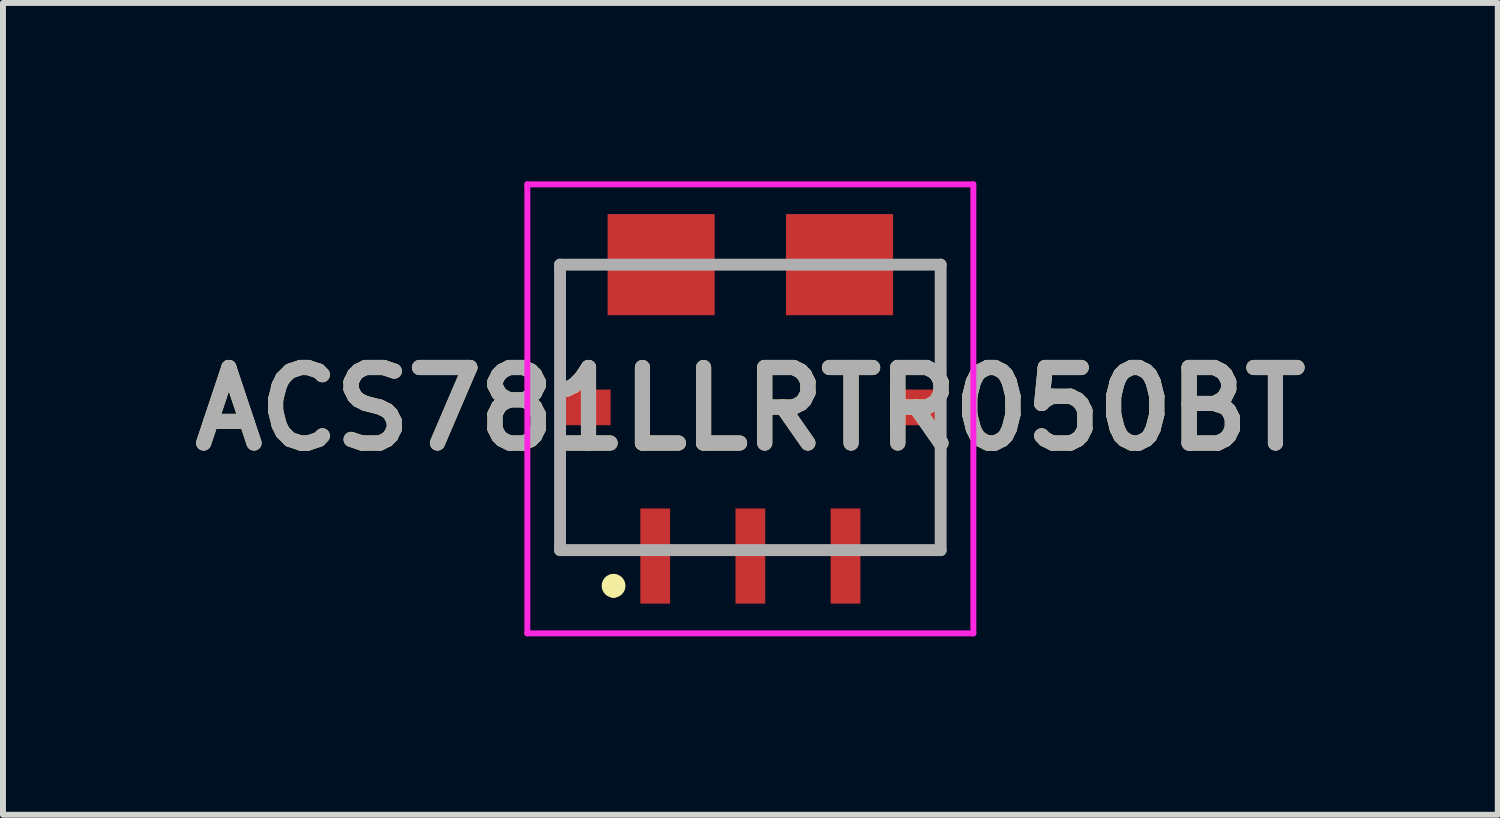
<source format=kicad_pcb>
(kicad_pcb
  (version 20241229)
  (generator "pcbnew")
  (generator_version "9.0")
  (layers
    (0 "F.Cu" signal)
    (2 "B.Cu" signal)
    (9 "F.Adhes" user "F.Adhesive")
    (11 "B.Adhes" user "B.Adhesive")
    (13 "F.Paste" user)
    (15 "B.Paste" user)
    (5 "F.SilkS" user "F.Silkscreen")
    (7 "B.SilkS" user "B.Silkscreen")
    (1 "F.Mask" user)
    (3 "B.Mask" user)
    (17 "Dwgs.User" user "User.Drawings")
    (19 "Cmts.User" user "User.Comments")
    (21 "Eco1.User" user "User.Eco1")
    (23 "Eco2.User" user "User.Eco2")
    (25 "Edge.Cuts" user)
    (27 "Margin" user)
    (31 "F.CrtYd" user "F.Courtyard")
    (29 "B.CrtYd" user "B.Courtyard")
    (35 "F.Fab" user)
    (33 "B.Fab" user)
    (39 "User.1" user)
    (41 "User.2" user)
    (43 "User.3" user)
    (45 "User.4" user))
  (footprint "ACS781LLRTR050BT"
    (layer "F.Cu")
    (at 9.567 3.8)
    (property "Reference" "ACS781LLRTR050BT" (at 0 0.025 0) (layer "F.SilkS") (effects (font (size 1.27 1.27) (thickness 0.254))))
    (attr smd)
    (fp_line (start -3.2 -2.4) (end -3.2 -1) (stroke (width 0.1) (type solid)) (layer "F.SilkS"))
    (fp_line (start -3.2 2.4) (end -3.2 1) (stroke (width 0.1) (type solid)) (layer "F.SilkS"))
    (fp_line (start -3 -2.4) (end -3.2 -2.4) (stroke (width 0.1) (type solid)) (layer "F.SilkS"))
    (fp_line (start -2.5 2.4) (end -3.2 2.4) (stroke (width 0.1) (type solid)) (layer "F.SilkS"))
    (fp_line (start -2.3 2.9) (end -2.3 2.9) (stroke (width 0.2) (type solid)) (layer "F.SilkS"))
    (fp_line (start -2.3 3.1) (end -2.3 3.1) (stroke (width 0.2) (type solid)) (layer "F.SilkS"))
    (fp_line (start -1 2.4) (end -0.6 2.4) (stroke (width 0.1) (type solid)) (layer "F.SilkS"))
    (fp_line (start -0.2 -2.4) (end 0.2 -2.4) (stroke (width 0.1) (type solid)) (layer "F.SilkS"))
    (fp_line (start 0.6 2.4) (end 1 2.4) (stroke (width 0.1) (type solid)) (layer "F.SilkS"))
    (fp_line (start 2.5 2.4) (end 3.2 2.4) (stroke (width 0.1) (type solid)) (layer "F.SilkS"))
    (fp_line (start 3.2 -2.4) (end 3 -2.4) (stroke (width 0.1) (type solid)) (layer "F.SilkS"))
    (fp_line (start 3.2 -1) (end 3.2 -2.4) (stroke (width 0.1) (type solid)) (layer "F.SilkS"))
    (fp_line (start 3.2 2.4) (end 3.2 1) (stroke (width 0.1) (type solid)) (layer "F.SilkS"))
    (fp_arc (start -2.3 2.9) (mid -2.2 3) (end -2.3 3.1) (stroke (width 0.2) (type solid)) (layer "F.SilkS"))
    (fp_arc (start -2.3 3.1) (mid -2.4 3) (end -2.3 2.9) (stroke (width 0.2) (type solid)) (layer "F.SilkS"))
    (fp_line (start -3.75 -3.75) (end 3.75 -3.75) (stroke (width 0.1) (type solid)) (layer "F.CrtYd"))
    (fp_line (start -3.75 3.8) (end -3.75 -3.75) (stroke (width 0.1) (type solid)) (layer "F.CrtYd"))
    (fp_line (start 3.75 -3.75) (end 3.75 3.8) (stroke (width 0.1) (type solid)) (layer "F.CrtYd"))
    (fp_line (start 3.75 3.8) (end -3.75 3.8) (stroke (width 0.1) (type solid)) (layer "F.CrtYd"))
    (fp_line (start -3.2 -2.4) (end 3.2 -2.4) (stroke (width 0.2) (type solid)) (layer "F.Fab"))
    (fp_line (start -3.2 2.4) (end -3.2 -2.4) (stroke (width 0.2) (type solid)) (layer "F.Fab"))
    (fp_line (start 3.2 -2.4) (end 3.2 2.4) (stroke (width 0.2) (type solid)) (layer "F.Fab"))
    (fp_line (start 3.2 2.4) (end -3.2 2.4) (stroke (width 0.2) (type solid)) (layer "F.Fab"))
    (fp_text user "${REFERENCE}" (at 0 0.025 0) (layer "F.Fab") (effects (font (size 1.27 1.27) (thickness 0.254))))
    (pad "1" smd rect (at -1.6 2.5) (size 0.5 1.6) (layers "F.Cu" "F.Mask" "F.Paste"))
    (pad "2" smd rect (at 0 2.5) (size 0.5 1.6) (layers "F.Cu" "F.Mask" "F.Paste"))
    (pad "3" smd rect (at 1.6 2.5) (size 0.5 1.6) (layers "F.Cu" "F.Mask" "F.Paste"))
    (pad "4" smd rect (at 2.8 0 90) (size 0.6 0.9) (layers "F.Cu" "F.Mask" "F.Paste"))
    (pad "5" smd rect (at 1.5 -2.4 90) (size 1.7 1.8) (layers "F.Cu" "F.Mask" "F.Paste"))
    (pad "6" smd rect (at -1.5 -2.4 90) (size 1.7 1.8) (layers "F.Cu" "F.Mask" "F.Paste"))
    (pad "7" smd rect (at -2.8 0 90) (size 0.6 0.9) (layers "F.Cu" "F.Mask" "F.Paste")))
  (gr_rect
    (start -3 -3)
    (end 22.135 10.65)
    (stroke (width 0.1) (type default))
    (fill no)
    (layer "Edge.Cuts")))
</source>
